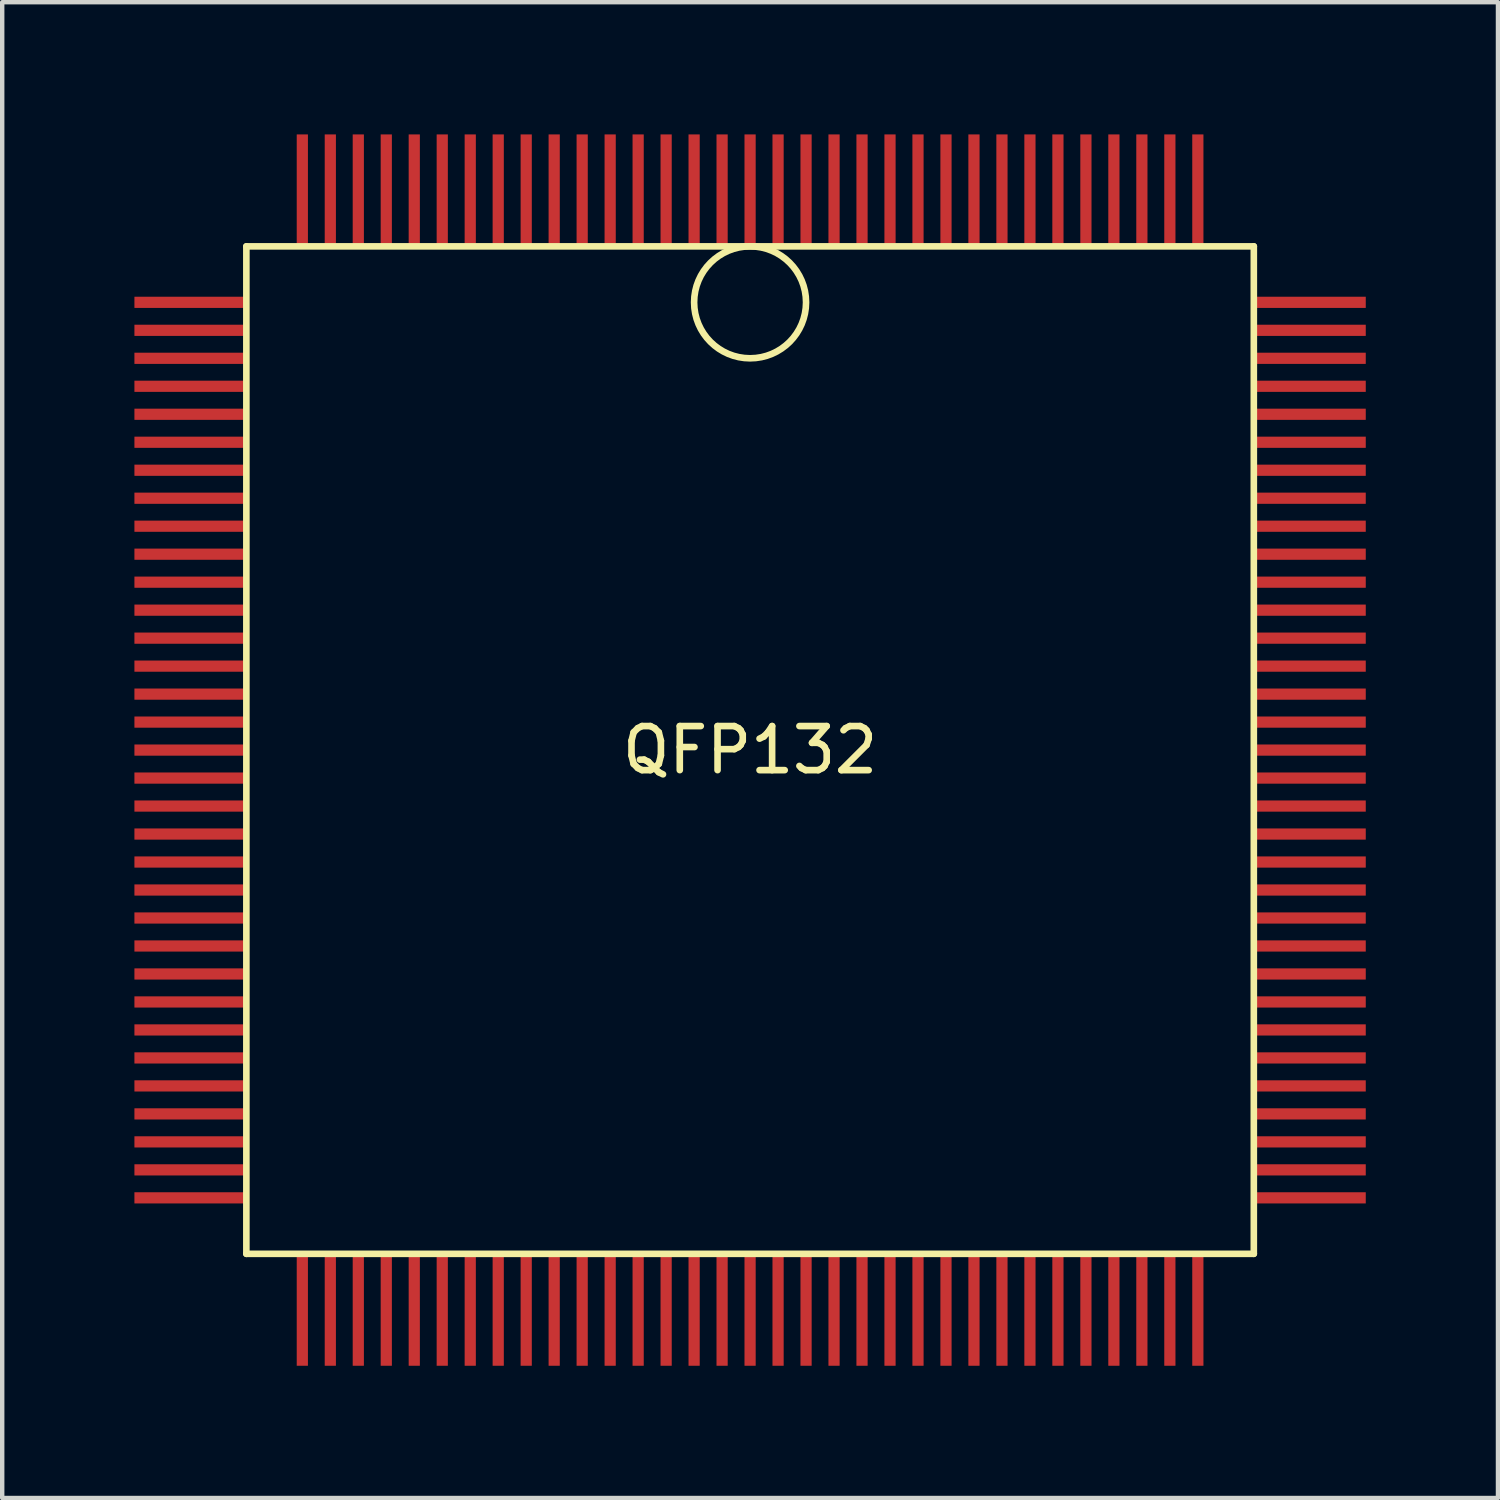
<source format=kicad_pcb>
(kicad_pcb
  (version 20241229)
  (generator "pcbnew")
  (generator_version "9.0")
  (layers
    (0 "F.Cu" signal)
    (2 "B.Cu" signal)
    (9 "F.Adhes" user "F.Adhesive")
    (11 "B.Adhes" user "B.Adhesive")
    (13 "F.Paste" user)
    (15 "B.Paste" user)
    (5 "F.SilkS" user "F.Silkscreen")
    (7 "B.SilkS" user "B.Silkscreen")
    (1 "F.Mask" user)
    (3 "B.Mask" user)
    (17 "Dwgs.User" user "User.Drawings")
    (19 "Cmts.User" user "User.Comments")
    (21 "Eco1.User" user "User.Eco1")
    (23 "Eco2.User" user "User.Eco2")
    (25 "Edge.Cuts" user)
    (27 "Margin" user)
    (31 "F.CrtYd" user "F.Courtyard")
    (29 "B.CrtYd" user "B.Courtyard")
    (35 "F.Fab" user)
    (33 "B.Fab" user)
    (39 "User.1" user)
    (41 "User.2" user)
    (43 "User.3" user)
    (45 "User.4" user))
  (footprint "QFP132"
    (layer "F.Cu")
    (at 13.97 13.97)
    (property "Reference" "QFP132" (at 0 0 0) (layer "F.SilkS") (effects (font (size 1 1) (thickness 0.15))))
    (attr smd)
    (fp_line (start -11.43 -11.43) (end 11.43 -11.43) (stroke (width 0.15) (type solid)) (layer "F.SilkS"))
    (fp_line (start -11.43 11.43) (end -11.43 -11.43) (stroke (width 0.15) (type solid)) (layer "F.SilkS"))
    (fp_line (start 11.43 -11.43) (end 11.43 11.43) (stroke (width 0.15) (type solid)) (layer "F.SilkS"))
    (fp_line (start 11.43 11.43) (end -11.43 11.43) (stroke (width 0.15) (type solid)) (layer "F.SilkS"))
    (fp_circle (center 0 -10.16) (end 0 -11.43) (stroke (width 0.15) (type solid)) (fill no) (layer "F.SilkS"))
    (pad "1" smd rect (at 0 -12.7) (size 0.254 2.54) (layers "F.Cu" "F.Mask" "F.Paste"))
    (pad "2" smd rect (at -0.635 -12.7) (size 0.254 2.54) (layers "F.Cu" "F.Mask" "F.Paste"))
    (pad "3" smd rect (at -1.27 -12.7) (size 0.254 2.54) (layers "F.Cu" "F.Mask" "F.Paste"))
    (pad "4" smd rect (at -1.905 -12.7) (size 0.254 2.54) (layers "F.Cu" "F.Mask" "F.Paste"))
    (pad "5" smd rect (at -2.54 -12.7) (size 0.254 2.54) (layers "F.Cu" "F.Mask" "F.Paste"))
    (pad "6" smd rect (at -3.175 -12.7) (size 0.254 2.54) (layers "F.Cu" "F.Mask" "F.Paste"))
    (pad "7" smd rect (at -3.81 -12.7) (size 0.254 2.54) (layers "F.Cu" "F.Mask" "F.Paste"))
    (pad "8" smd rect (at -4.445 -12.7) (size 0.254 2.54) (layers "F.Cu" "F.Mask" "F.Paste"))
    (pad "9" smd rect (at -5.08 -12.7) (size 0.254 2.54) (layers "F.Cu" "F.Mask" "F.Paste"))
    (pad "10" smd rect (at -5.715 -12.7) (size 0.254 2.54) (layers "F.Cu" "F.Mask" "F.Paste"))
    (pad "11" smd rect (at -6.35 -12.7) (size 0.254 2.54) (layers "F.Cu" "F.Mask" "F.Paste"))
    (pad "12" smd rect (at -6.985 -12.7) (size 0.254 2.54) (layers "F.Cu" "F.Mask" "F.Paste"))
    (pad "13" smd rect (at -7.62 -12.7) (size 0.254 2.54) (layers "F.Cu" "F.Mask" "F.Paste"))
    (pad "14" smd rect (at -8.255 -12.7) (size 0.254 2.54) (layers "F.Cu" "F.Mask" "F.Paste"))
    (pad "15" smd rect (at -8.89 -12.7) (size 0.254 2.54) (layers "F.Cu" "F.Mask" "F.Paste"))
    (pad "16" smd rect (at -9.525 -12.7) (size 0.254 2.54) (layers "F.Cu" "F.Mask" "F.Paste"))
    (pad "17" smd rect (at -10.16 -12.7) (size 0.254 2.54) (layers "F.Cu" "F.Mask" "F.Paste"))
    (pad "18" smd rect (at -12.7 -10.16) (size 2.54 0.254) (layers "F.Cu" "F.Mask" "F.Paste"))
    (pad "19" smd rect (at -12.7 -9.525) (size 2.54 0.254) (layers "F.Cu" "F.Mask" "F.Paste"))
    (pad "20" smd rect (at -12.7 -8.89) (size 2.54 0.254) (layers "F.Cu" "F.Mask" "F.Paste"))
    (pad "21" smd rect (at -12.7 -8.255) (size 2.54 0.254) (layers "F.Cu" "F.Mask" "F.Paste"))
    (pad "22" smd rect (at -12.7 -7.62) (size 2.54 0.254) (layers "F.Cu" "F.Mask" "F.Paste"))
    (pad "23" smd rect (at -12.7 -6.985) (size 2.54 0.254) (layers "F.Cu" "F.Mask" "F.Paste"))
    (pad "24" smd rect (at -12.7 -6.35) (size 2.54 0.254) (layers "F.Cu" "F.Mask" "F.Paste"))
    (pad "25" smd rect (at -12.7 -5.715) (size 2.54 0.254) (layers "F.Cu" "F.Mask" "F.Paste"))
    (pad "26" smd rect (at -12.7 -5.08) (size 2.54 0.254) (layers "F.Cu" "F.Mask" "F.Paste"))
    (pad "27" smd rect (at -12.7 -4.445) (size 2.54 0.254) (layers "F.Cu" "F.Mask" "F.Paste"))
    (pad "28" smd rect (at -12.7 -3.81) (size 2.54 0.254) (layers "F.Cu" "F.Mask" "F.Paste"))
    (pad "29" smd rect (at -12.7 -3.175) (size 2.54 0.254) (layers "F.Cu" "F.Mask" "F.Paste"))
    (pad "30" smd rect (at -12.7 -2.54) (size 2.54 0.254) (layers "F.Cu" "F.Mask" "F.Paste"))
    (pad "31" smd rect (at -12.7 -1.905) (size 2.54 0.254) (layers "F.Cu" "F.Mask" "F.Paste"))
    (pad "32" smd rect (at -12.7 -1.27) (size 2.54 0.254) (layers "F.Cu" "F.Mask" "F.Paste"))
    (pad "33" smd rect (at -12.7 -0.635) (size 2.54 0.254) (layers "F.Cu" "F.Mask" "F.Paste"))
    (pad "34" smd rect (at -12.7 0) (size 2.54 0.254) (layers "F.Cu" "F.Mask" "F.Paste"))
    (pad "35" smd rect (at -12.7 0.635) (size 2.54 0.254) (layers "F.Cu" "F.Mask" "F.Paste"))
    (pad "36" smd rect (at -12.7 1.27) (size 2.54 0.254) (layers "F.Cu" "F.Mask" "F.Paste"))
    (pad "37" smd rect (at -12.7 1.905) (size 2.54 0.254) (layers "F.Cu" "F.Mask" "F.Paste"))
    (pad "38" smd rect (at -12.7 2.54) (size 2.54 0.254) (layers "F.Cu" "F.Mask" "F.Paste"))
    (pad "39" smd rect (at -12.7 3.175) (size 2.54 0.254) (layers "F.Cu" "F.Mask" "F.Paste"))
    (pad "40" smd rect (at -12.7 3.81) (size 2.54 0.254) (layers "F.Cu" "F.Mask" "F.Paste"))
    (pad "41" smd rect (at -12.7 4.445) (size 2.54 0.254) (layers "F.Cu" "F.Mask" "F.Paste"))
    (pad "42" smd rect (at -12.7 5.08) (size 2.54 0.254) (layers "F.Cu" "F.Mask" "F.Paste"))
    (pad "43" smd rect (at -12.7 5.715) (size 2.54 0.254) (layers "F.Cu" "F.Mask" "F.Paste"))
    (pad "44" smd rect (at -12.7 6.35) (size 2.54 0.254) (layers "F.Cu" "F.Mask" "F.Paste"))
    (pad "45" smd rect (at -12.7 6.985) (size 2.54 0.254) (layers "F.Cu" "F.Mask" "F.Paste"))
    (pad "46" smd rect (at -12.7 7.62) (size 2.54 0.254) (layers "F.Cu" "F.Mask" "F.Paste"))
    (pad "47" smd rect (at -12.7 8.255) (size 2.54 0.254) (layers "F.Cu" "F.Mask" "F.Paste"))
    (pad "48" smd rect (at -12.7 8.89) (size 2.54 0.254) (layers "F.Cu" "F.Mask" "F.Paste"))
    (pad "49" smd rect (at -12.7 9.525) (size 2.54 0.254) (layers "F.Cu" "F.Mask" "F.Paste"))
    (pad "50" smd rect (at -12.7 10.16) (size 2.54 0.254) (layers "F.Cu" "F.Mask" "F.Paste"))
    (pad "51" smd rect (at -10.16 12.7) (size 0.254 2.54) (layers "F.Cu" "F.Mask" "F.Paste"))
    (pad "52" smd rect (at -9.525 12.7) (size 0.254 2.54) (layers "F.Cu" "F.Mask" "F.Paste"))
    (pad "53" smd rect (at -8.89 12.7) (size 0.254 2.54) (layers "F.Cu" "F.Mask" "F.Paste"))
    (pad "54" smd rect (at -8.255 12.7) (size 0.254 2.54) (layers "F.Cu" "F.Mask" "F.Paste"))
    (pad "55" smd rect (at -7.62 12.7) (size 0.254 2.54) (layers "F.Cu" "F.Mask" "F.Paste"))
    (pad "56" smd rect (at -6.985 12.7) (size 0.254 2.54) (layers "F.Cu" "F.Mask" "F.Paste"))
    (pad "57" smd rect (at -6.35 12.7) (size 0.254 2.54) (layers "F.Cu" "F.Mask" "F.Paste"))
    (pad "58" smd rect (at -5.715 12.7) (size 0.254 2.54) (layers "F.Cu" "F.Mask" "F.Paste"))
    (pad "59" smd rect (at -5.08 12.7) (size 0.254 2.54) (layers "F.Cu" "F.Mask" "F.Paste"))
    (pad "60" smd rect (at -4.445 12.7) (size 0.254 2.54) (layers "F.Cu" "F.Mask" "F.Paste"))
    (pad "61" smd rect (at -3.81 12.7) (size 0.254 2.54) (layers "F.Cu" "F.Mask" "F.Paste"))
    (pad "62" smd rect (at -3.175 12.7) (size 0.254 2.54) (layers "F.Cu" "F.Mask" "F.Paste"))
    (pad "63" smd rect (at -2.54 12.7) (size 0.254 2.54) (layers "F.Cu" "F.Mask" "F.Paste"))
    (pad "64" smd rect (at -1.905 12.7) (size 0.254 2.54) (layers "F.Cu" "F.Mask" "F.Paste"))
    (pad "65" smd rect (at -1.27 12.7) (size 0.254 2.54) (layers "F.Cu" "F.Mask" "F.Paste"))
    (pad "66" smd rect (at -0.635 12.7) (size 0.254 2.54) (layers "F.Cu" "F.Mask" "F.Paste"))
    (pad "67" smd rect (at 0 12.7) (size 0.254 2.54) (layers "F.Cu" "F.Mask" "F.Paste"))
    (pad "68" smd rect (at 0.635 12.7) (size 0.254 2.54) (layers "F.Cu" "F.Mask" "F.Paste"))
    (pad "69" smd rect (at 1.27 12.7) (size 0.254 2.54) (layers "F.Cu" "F.Mask" "F.Paste"))
    (pad "70" smd rect (at 1.905 12.7) (size 0.254 2.54) (layers "F.Cu" "F.Mask" "F.Paste"))
    (pad "71" smd rect (at 2.54 12.7) (size 0.254 2.54) (layers "F.Cu" "F.Mask" "F.Paste"))
    (pad "72" smd rect (at 3.175 12.7) (size 0.254 2.54) (layers "F.Cu" "F.Mask" "F.Paste"))
    (pad "73" smd rect (at 3.81 12.7) (size 0.254 2.54) (layers "F.Cu" "F.Mask" "F.Paste"))
    (pad "74" smd rect (at 4.445 12.7) (size 0.254 2.54) (layers "F.Cu" "F.Mask" "F.Paste"))
    (pad "75" smd rect (at 5.08 12.7) (size 0.254 2.54) (layers "F.Cu" "F.Mask" "F.Paste"))
    (pad "76" smd rect (at 5.715 12.7) (size 0.254 2.54) (layers "F.Cu" "F.Mask" "F.Paste"))
    (pad "77" smd rect (at 6.35 12.7) (size 0.254 2.54) (layers "F.Cu" "F.Mask" "F.Paste"))
    (pad "78" smd rect (at 6.985 12.7) (size 0.254 2.54) (layers "F.Cu" "F.Mask" "F.Paste"))
    (pad "79" smd rect (at 7.62 12.7) (size 0.254 2.54) (layers "F.Cu" "F.Mask" "F.Paste"))
    (pad "80" smd rect (at 8.255 12.7) (size 0.254 2.54) (layers "F.Cu" "F.Mask" "F.Paste"))
    (pad "81" smd rect (at 8.89 12.7) (size 0.254 2.54) (layers "F.Cu" "F.Mask" "F.Paste"))
    (pad "82" smd rect (at 9.525 12.7) (size 0.254 2.54) (layers "F.Cu" "F.Mask" "F.Paste"))
    (pad "83" smd rect (at 10.16 12.7) (size 0.254 2.54) (layers "F.Cu" "F.Mask" "F.Paste"))
    (pad "84" smd rect (at 12.7 10.16) (size 2.54 0.254) (layers "F.Cu" "F.Mask" "F.Paste"))
    (pad "85" smd rect (at 12.7 9.525) (size 2.54 0.254) (layers "F.Cu" "F.Mask" "F.Paste"))
    (pad "86" smd rect (at 12.7 8.89) (size 2.54 0.254) (layers "F.Cu" "F.Mask" "F.Paste"))
    (pad "87" smd rect (at 12.7 8.255) (size 2.54 0.254) (layers "F.Cu" "F.Mask" "F.Paste"))
    (pad "88" smd rect (at 12.7 7.62) (size 2.54 0.254) (layers "F.Cu" "F.Mask" "F.Paste"))
    (pad "89" smd rect (at 12.7 6.985) (size 2.54 0.254) (layers "F.Cu" "F.Mask" "F.Paste"))
    (pad "90" smd rect (at 12.7 6.35) (size 2.54 0.254) (layers "F.Cu" "F.Mask" "F.Paste"))
    (pad "91" smd rect (at 12.7 5.715) (size 2.54 0.254) (layers "F.Cu" "F.Mask" "F.Paste"))
    (pad "92" smd rect (at 12.7 5.08) (size 2.54 0.254) (layers "F.Cu" "F.Mask" "F.Paste"))
    (pad "93" smd rect (at 12.7 4.445) (size 2.54 0.254) (layers "F.Cu" "F.Mask" "F.Paste"))
    (pad "94" smd rect (at 12.7 3.81) (size 2.54 0.254) (layers "F.Cu" "F.Mask" "F.Paste"))
    (pad "95" smd rect (at 12.7 3.175) (size 2.54 0.254) (layers "F.Cu" "F.Mask" "F.Paste"))
    (pad "96" smd rect (at 12.7 2.54) (size 2.54 0.254) (layers "F.Cu" "F.Mask" "F.Paste"))
    (pad "97" smd rect (at 12.7 1.905) (size 2.54 0.254) (layers "F.Cu" "F.Mask" "F.Paste"))
    (pad "98" smd rect (at 12.7 1.27) (size 2.54 0.254) (layers "F.Cu" "F.Mask" "F.Paste"))
    (pad "99" smd rect (at 12.7 0.635) (size 2.54 0.254) (layers "F.Cu" "F.Mask" "F.Paste"))
    (pad "100" smd rect (at 12.7 0) (size 2.54 0.254) (layers "F.Cu" "F.Mask" "F.Paste"))
    (pad "101" smd rect (at 12.7 -0.635) (size 2.54 0.254) (layers "F.Cu" "F.Mask" "F.Paste"))
    (pad "102" smd rect (at 12.7 -1.27) (size 2.54 0.254) (layers "F.Cu" "F.Mask" "F.Paste"))
    (pad "103" smd rect (at 12.7 -1.905) (size 2.54 0.254) (layers "F.Cu" "F.Mask" "F.Paste"))
    (pad "104" smd rect (at 12.7 -2.54) (size 2.54 0.254) (layers "F.Cu" "F.Mask" "F.Paste"))
    (pad "105" smd rect (at 12.7 -3.175) (size 2.54 0.254) (layers "F.Cu" "F.Mask" "F.Paste"))
    (pad "106" smd rect (at 12.7 -3.81) (size 2.54 0.254) (layers "F.Cu" "F.Mask" "F.Paste"))
    (pad "107" smd rect (at 12.7 -4.445) (size 2.54 0.254) (layers "F.Cu" "F.Mask" "F.Paste"))
    (pad "108" smd rect (at 12.7 -5.08) (size 2.54 0.254) (layers "F.Cu" "F.Mask" "F.Paste"))
    (pad "109" smd rect (at 12.7 -5.715) (size 2.54 0.254) (layers "F.Cu" "F.Mask" "F.Paste"))
    (pad "110" smd rect (at 12.7 -6.35) (size 2.54 0.254) (layers "F.Cu" "F.Mask" "F.Paste"))
    (pad "111" smd rect (at 12.7 -6.985) (size 2.54 0.254) (layers "F.Cu" "F.Mask" "F.Paste"))
    (pad "112" smd rect (at 12.7 -7.62) (size 2.54 0.254) (layers "F.Cu" "F.Mask" "F.Paste"))
    (pad "113" smd rect (at 12.7 -8.255) (size 2.54 0.254) (layers "F.Cu" "F.Mask" "F.Paste"))
    (pad "114" smd rect (at 12.7 -8.89) (size 2.54 0.254) (layers "F.Cu" "F.Mask" "F.Paste"))
    (pad "115" smd rect (at 12.7 -9.525) (size 2.54 0.254) (layers "F.Cu" "F.Mask" "F.Paste"))
    (pad "116" smd rect (at 12.7 -10.16) (size 2.54 0.254) (layers "F.Cu" "F.Mask" "F.Paste"))
    (pad "117" smd rect (at 10.16 -12.7) (size 0.254 2.54) (layers "F.Cu" "F.Mask" "F.Paste"))
    (pad "118" smd rect (at 9.525 -12.7) (size 0.254 2.54) (layers "F.Cu" "F.Mask" "F.Paste"))
    (pad "119" smd rect (at 8.89 -12.7) (size 0.254 2.54) (layers "F.Cu" "F.Mask" "F.Paste"))
    (pad "120" smd rect (at 8.255 -12.7) (size 0.254 2.54) (layers "F.Cu" "F.Mask" "F.Paste"))
    (pad "121" smd rect (at 7.62 -12.7) (size 0.254 2.54) (layers "F.Cu" "F.Mask" "F.Paste"))
    (pad "122" smd rect (at 6.985 -12.7) (size 0.254 2.54) (layers "F.Cu" "F.Mask" "F.Paste"))
    (pad "123" smd rect (at 6.35 -12.7) (size 0.254 2.54) (layers "F.Cu" "F.Mask" "F.Paste"))
    (pad "124" smd rect (at 5.715 -12.7) (size 0.254 2.54) (layers "F.Cu" "F.Mask" "F.Paste"))
    (pad "125" smd rect (at 5.08 -12.7) (size 0.254 2.54) (layers "F.Cu" "F.Mask" "F.Paste"))
    (pad "126" smd rect (at 4.445 -12.7) (size 0.254 2.54) (layers "F.Cu" "F.Mask" "F.Paste"))
    (pad "127" smd rect (at 3.81 -12.7) (size 0.254 2.54) (layers "F.Cu" "F.Mask" "F.Paste"))
    (pad "128" smd rect (at 3.175 -12.7) (size 0.254 2.54) (layers "F.Cu" "F.Mask" "F.Paste"))
    (pad "129" smd rect (at 2.54 -12.7) (size 0.254 2.54) (layers "F.Cu" "F.Mask" "F.Paste"))
    (pad "130" smd rect (at 1.905 -12.7) (size 0.254 2.54) (layers "F.Cu" "F.Mask" "F.Paste"))
    (pad "131" smd rect (at 1.27 -12.7) (size 0.254 2.54) (layers "F.Cu" "F.Mask" "F.Paste"))
    (pad "132" smd rect (at 0.635 -12.7) (size 0.254 2.54) (layers "F.Cu" "F.Mask" "F.Paste")))
  (gr_rect
    (start -3 -3)
    (end 30.94 30.94)
    (stroke (width 0.1) (type default))
    (fill no)
    (layer "Edge.Cuts")))
</source>
